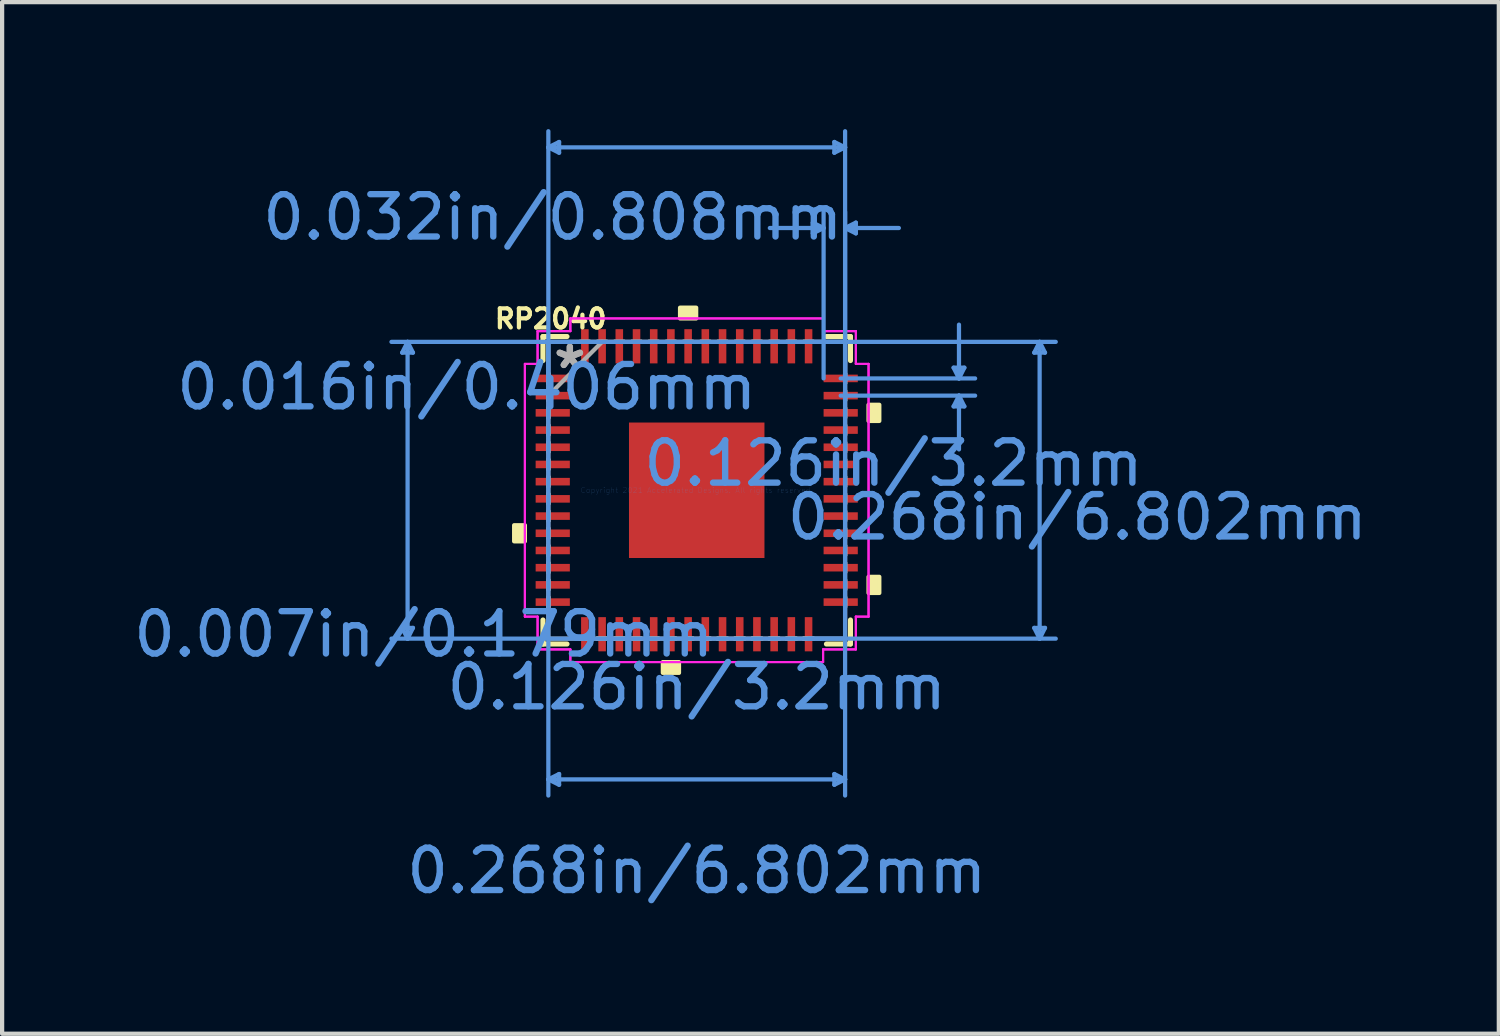
<source format=kicad_pcb>
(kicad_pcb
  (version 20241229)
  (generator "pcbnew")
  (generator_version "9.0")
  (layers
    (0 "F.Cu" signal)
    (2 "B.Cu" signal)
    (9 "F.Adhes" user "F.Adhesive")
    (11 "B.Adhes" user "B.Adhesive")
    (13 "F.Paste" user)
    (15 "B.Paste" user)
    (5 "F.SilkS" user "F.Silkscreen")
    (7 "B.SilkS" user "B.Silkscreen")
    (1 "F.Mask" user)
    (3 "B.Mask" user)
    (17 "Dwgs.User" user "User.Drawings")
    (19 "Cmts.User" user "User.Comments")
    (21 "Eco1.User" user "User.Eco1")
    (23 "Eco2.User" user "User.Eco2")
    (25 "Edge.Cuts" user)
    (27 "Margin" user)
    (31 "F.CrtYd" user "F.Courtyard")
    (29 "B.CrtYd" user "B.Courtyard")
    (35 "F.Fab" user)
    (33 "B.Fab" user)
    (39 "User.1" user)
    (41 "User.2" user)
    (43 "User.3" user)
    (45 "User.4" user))
  (footprint "RP2040"
    (layer "F.Cu")
    (at 13.408 8.531)
    (property "Reference" "RP2040" (at -3.45 -4.05 0) (layer "F.SilkS") (effects (font (size 0.45 0.45) (thickness 0.1))))
    (attr through_hole)
    (fp_line (start -3.632 -3.632) (end -3.632 -3.064) (stroke (width 0.12) (type solid)) (layer "F.SilkS"))
    (fp_line (start -3.632 3.064) (end -3.632 3.632) (stroke (width 0.12) (type solid)) (layer "F.SilkS"))
    (fp_line (start -3.632 3.632) (end -3.064 3.632) (stroke (width 0.12) (type solid)) (layer "F.SilkS"))
    (fp_line (start -3.064 -3.632) (end -3.632 -3.632) (stroke (width 0.12) (type solid)) (layer "F.SilkS"))
    (fp_line (start 3.064 3.632) (end 3.632 3.632) (stroke (width 0.12) (type solid)) (layer "F.SilkS"))
    (fp_line (start 3.632 -3.632) (end 3.064 -3.632) (stroke (width 0.12) (type solid)) (layer "F.SilkS"))
    (fp_line (start 3.632 -3.064) (end 3.632 -3.632) (stroke (width 0.12) (type solid)) (layer "F.SilkS"))
    (fp_line (start 3.632 3.632) (end 3.632 3.064) (stroke (width 0.12) (type solid)) (layer "F.SilkS"))
    (fp_poly (pts (xy -4.313 0.826) (xy -4.313 1.206) (xy -4.059 1.206) (xy -4.059 0.826)) (stroke (width 0.1) (type solid)) (fill yes) (layer "F.SilkS"))
    (fp_poly (pts (xy -0.8 4.059) (xy -0.8 4.313) (xy -0.419 4.313) (xy -0.419 4.059)) (stroke (width 0.1) (type solid)) (fill yes) (layer "F.SilkS"))
    (fp_poly (pts (xy -0.394 -4.059) (xy -0.394 -4.313) (xy -0.013 -4.313) (xy -0.013 -4.059)) (stroke (width 0.1) (type solid)) (fill yes) (layer "F.SilkS"))
    (fp_poly (pts (xy 4.313 -2.019) (xy 4.313 -1.638) (xy 4.059 -1.638) (xy 4.059 -2.019)) (stroke (width 0.1) (type solid)) (fill yes) (layer "F.SilkS"))
    (fp_poly (pts (xy 4.313 2.045) (xy 4.313 2.426) (xy 4.059 2.426) (xy 4.059 2.045)) (stroke (width 0.1) (type solid)) (fill yes) (layer "F.SilkS"))
    (fp_poly (pts (xy -1.5 -1.5) (xy -1.5 -0.1) (xy -0.1 -0.1) (xy -0.1 -1.5)) (stroke (width 0.1) (type solid)) (fill yes) (layer "F.Paste"))
    (fp_poly (pts (xy -1.5 0.1) (xy -1.5 1.5) (xy -0.1 1.5) (xy -0.1 0.1)) (stroke (width 0.1) (type solid)) (fill yes) (layer "F.Paste"))
    (fp_poly (pts (xy 0.1 -1.5) (xy 0.1 -0.1) (xy 1.5 -0.1) (xy 1.5 -1.5)) (stroke (width 0.1) (type solid)) (fill yes) (layer "F.Paste"))
    (fp_poly (pts (xy 0.1 0.1) (xy 0.1 1.5) (xy 1.5 1.5) (xy 1.5 0.1)) (stroke (width 0.1) (type solid)) (fill yes) (layer "F.Paste"))
    (fp_line (start -6.957 -3.251) (end -6.703 -3.251) (stroke (width 0.1) (type solid)) (layer "Cmts.User"))
    (fp_line (start -6.957 3.251) (end -6.703 3.251) (stroke (width 0.1) (type solid)) (layer "Cmts.User"))
    (fp_line (start -6.83 -3.505) (end -6.957 -3.251) (stroke (width 0.1) (type solid)) (layer "Cmts.User"))
    (fp_line (start -6.83 -3.505) (end -6.83 3.505) (stroke (width 0.1) (type solid)) (layer "Cmts.User"))
    (fp_line (start -6.83 -3.505) (end -6.703 -3.251) (stroke (width 0.1) (type solid)) (layer "Cmts.User"))
    (fp_line (start -6.83 3.505) (end -6.957 3.251) (stroke (width 0.1) (type solid)) (layer "Cmts.User"))
    (fp_line (start -6.83 3.505) (end -6.703 3.251) (stroke (width 0.1) (type solid)) (layer "Cmts.User"))
    (fp_line (start -3.505 -8.1) (end -3.251 -8.227) (stroke (width 0.1) (type solid)) (layer "Cmts.User"))
    (fp_line (start -3.505 -8.1) (end -3.251 -7.973) (stroke (width 0.1) (type solid)) (layer "Cmts.User"))
    (fp_line (start -3.505 -8.1) (end 3.505 -8.1) (stroke (width 0.1) (type solid)) (layer "Cmts.User"))
    (fp_line (start -3.505 -3.505) (end -3.505 7.211) (stroke (width 0.1) (type solid)) (layer "Cmts.User"))
    (fp_line (start -3.505 -2.642) (end -3.505 -8.481) (stroke (width 0.1) (type solid)) (layer "Cmts.User"))
    (fp_line (start -3.505 6.83) (end -3.251 6.703) (stroke (width 0.1) (type solid)) (layer "Cmts.User"))
    (fp_line (start -3.505 6.83) (end -3.251 6.957) (stroke (width 0.1) (type solid)) (layer "Cmts.User"))
    (fp_line (start -3.505 6.83) (end 3.505 6.83) (stroke (width 0.1) (type solid)) (layer "Cmts.User"))
    (fp_line (start -3.251 -8.227) (end -3.251 -7.973) (stroke (width 0.1) (type solid)) (layer "Cmts.User"))
    (fp_line (start -3.251 6.703) (end -3.251 6.957) (stroke (width 0.1) (type solid)) (layer "Cmts.User"))
    (fp_line (start 2.642 -3.505) (end 8.481 -3.505) (stroke (width 0.1) (type solid)) (layer "Cmts.User"))
    (fp_line (start 2.642 3.505) (end 8.481 3.505) (stroke (width 0.1) (type solid)) (layer "Cmts.User"))
    (fp_line (start 2.743 -6.322) (end 2.743 -6.068) (stroke (width 0.1) (type solid)) (layer "Cmts.User"))
    (fp_line (start 2.997 -6.195) (end 1.727 -6.195) (stroke (width 0.1) (type solid)) (layer "Cmts.User"))
    (fp_line (start 2.997 -6.195) (end 2.743 -6.322) (stroke (width 0.1) (type solid)) (layer "Cmts.User"))
    (fp_line (start 2.997 -6.195) (end 2.743 -6.068) (stroke (width 0.1) (type solid)) (layer "Cmts.User"))
    (fp_line (start 2.997 -2.642) (end 2.997 -6.576) (stroke (width 0.1) (type solid)) (layer "Cmts.User"))
    (fp_line (start 3.251 -8.227) (end 3.251 -7.973) (stroke (width 0.1) (type solid)) (layer "Cmts.User"))
    (fp_line (start 3.251 6.703) (end 3.251 6.957) (stroke (width 0.1) (type solid)) (layer "Cmts.User"))
    (fp_line (start 3.401 -2.642) (end 6.576 -2.642) (stroke (width 0.1) (type solid)) (layer "Cmts.User"))
    (fp_line (start 3.401 -2.235) (end 6.576 -2.235) (stroke (width 0.1) (type solid)) (layer "Cmts.User"))
    (fp_line (start 3.505 -8.1) (end 3.251 -8.227) (stroke (width 0.1) (type solid)) (layer "Cmts.User"))
    (fp_line (start 3.505 -8.1) (end 3.251 -7.973) (stroke (width 0.1) (type solid)) (layer "Cmts.User"))
    (fp_line (start 3.505 -6.195) (end 3.759 -6.322) (stroke (width 0.1) (type solid)) (layer "Cmts.User"))
    (fp_line (start 3.505 -6.195) (end 3.759 -6.068) (stroke (width 0.1) (type solid)) (layer "Cmts.User"))
    (fp_line (start 3.505 -6.195) (end 4.775 -6.195) (stroke (width 0.1) (type solid)) (layer "Cmts.User"))
    (fp_line (start 3.505 -3.505) (end -7.211 -3.505) (stroke (width 0.1) (type solid)) (layer "Cmts.User"))
    (fp_line (start 3.505 -3.505) (end 3.505 7.211) (stroke (width 0.1) (type solid)) (layer "Cmts.User"))
    (fp_line (start 3.505 -2.642) (end 3.505 -8.481) (stroke (width 0.1) (type solid)) (layer "Cmts.User"))
    (fp_line (start 3.505 -2.642) (end 3.505 -6.576) (stroke (width 0.1) (type solid)) (layer "Cmts.User"))
    (fp_line (start 3.505 3.505) (end -7.211 3.505) (stroke (width 0.1) (type solid)) (layer "Cmts.User"))
    (fp_line (start 3.505 6.83) (end 3.251 6.703) (stroke (width 0.1) (type solid)) (layer "Cmts.User"))
    (fp_line (start 3.505 6.83) (end 3.251 6.957) (stroke (width 0.1) (type solid)) (layer "Cmts.User"))
    (fp_line (start 3.759 -6.322) (end 3.759 -6.068) (stroke (width 0.1) (type solid)) (layer "Cmts.User"))
    (fp_line (start 6.068 -2.896) (end 6.322 -2.896) (stroke (width 0.1) (type solid)) (layer "Cmts.User"))
    (fp_line (start 6.068 -1.981) (end 6.322 -1.981) (stroke (width 0.1) (type solid)) (layer "Cmts.User"))
    (fp_line (start 6.195 -2.642) (end 6.068 -2.896) (stroke (width 0.1) (type solid)) (layer "Cmts.User"))
    (fp_line (start 6.195 -2.642) (end 6.195 -3.912) (stroke (width 0.1) (type solid)) (layer "Cmts.User"))
    (fp_line (start 6.195 -2.642) (end 6.322 -2.896) (stroke (width 0.1) (type solid)) (layer "Cmts.User"))
    (fp_line (start 6.195 -2.235) (end 6.068 -1.981) (stroke (width 0.1) (type solid)) (layer "Cmts.User"))
    (fp_line (start 6.195 -2.235) (end 6.195 -0.965) (stroke (width 0.1) (type solid)) (layer "Cmts.User"))
    (fp_line (start 6.195 -2.235) (end 6.322 -1.981) (stroke (width 0.1) (type solid)) (layer "Cmts.User"))
    (fp_line (start 7.973 -3.251) (end 8.227 -3.251) (stroke (width 0.1) (type solid)) (layer "Cmts.User"))
    (fp_line (start 7.973 3.251) (end 8.227 3.251) (stroke (width 0.1) (type solid)) (layer "Cmts.User"))
    (fp_line (start 8.1 -3.505) (end 7.973 -3.251) (stroke (width 0.1) (type solid)) (layer "Cmts.User"))
    (fp_line (start 8.1 -3.505) (end 8.1 3.505) (stroke (width 0.1) (type solid)) (layer "Cmts.User"))
    (fp_line (start 8.1 -3.505) (end 8.227 -3.251) (stroke (width 0.1) (type solid)) (layer "Cmts.User"))
    (fp_line (start 8.1 3.505) (end 7.973 3.251) (stroke (width 0.1) (type solid)) (layer "Cmts.User"))
    (fp_line (start 8.1 3.505) (end 8.227 3.251) (stroke (width 0.1) (type solid)) (layer "Cmts.User"))
    (fp_line (start -4.059 -2.985) (end -3.759 -2.985) (stroke (width 0.05) (type solid)) (layer "F.CrtYd"))
    (fp_line (start -4.059 -2.985) (end -3.759 -2.985) (stroke (width 0.05) (type solid)) (layer "F.CrtYd"))
    (fp_line (start -4.059 2.985) (end -4.059 -2.985) (stroke (width 0.05) (type solid)) (layer "F.CrtYd"))
    (fp_line (start -4.059 2.985) (end -4.059 -2.985) (stroke (width 0.05) (type solid)) (layer "F.CrtYd"))
    (fp_line (start -3.759 -3.759) (end -2.985 -3.759) (stroke (width 0.05) (type solid)) (layer "F.CrtYd"))
    (fp_line (start -3.759 -3.759) (end -2.985 -3.759) (stroke (width 0.05) (type solid)) (layer "F.CrtYd"))
    (fp_line (start -3.759 -2.985) (end -3.759 -3.759) (stroke (width 0.05) (type solid)) (layer "F.CrtYd"))
    (fp_line (start -3.759 -2.985) (end -3.759 -3.759) (stroke (width 0.05) (type solid)) (layer "F.CrtYd"))
    (fp_line (start -3.759 2.985) (end -4.059 2.985) (stroke (width 0.05) (type solid)) (layer "F.CrtYd"))
    (fp_line (start -3.759 2.985) (end -4.059 2.985) (stroke (width 0.05) (type solid)) (layer "F.CrtYd"))
    (fp_line (start -3.759 3.759) (end -3.759 2.985) (stroke (width 0.05) (type solid)) (layer "F.CrtYd"))
    (fp_line (start -3.759 3.759) (end -3.759 2.985) (stroke (width 0.05) (type solid)) (layer "F.CrtYd"))
    (fp_line (start -2.985 -4.059) (end 2.985 -4.059) (stroke (width 0.05) (type solid)) (layer "F.CrtYd"))
    (fp_line (start -2.985 -4.059) (end 2.985 -4.059) (stroke (width 0.05) (type solid)) (layer "F.CrtYd"))
    (fp_line (start -2.985 -3.759) (end -2.985 -4.059) (stroke (width 0.05) (type solid)) (layer "F.CrtYd"))
    (fp_line (start -2.985 -3.759) (end -2.985 -4.059) (stroke (width 0.05) (type solid)) (layer "F.CrtYd"))
    (fp_line (start -2.985 3.759) (end -3.759 3.759) (stroke (width 0.05) (type solid)) (layer "F.CrtYd"))
    (fp_line (start -2.985 3.759) (end -3.759 3.759) (stroke (width 0.05) (type solid)) (layer "F.CrtYd"))
    (fp_line (start -2.985 4.059) (end -2.985 3.759) (stroke (width 0.05) (type solid)) (layer "F.CrtYd"))
    (fp_line (start -2.985 4.059) (end -2.985 3.759) (stroke (width 0.05) (type solid)) (layer "F.CrtYd"))
    (fp_line (start 2.985 -4.059) (end 2.985 -3.759) (stroke (width 0.05) (type solid)) (layer "F.CrtYd"))
    (fp_line (start 2.985 -4.059) (end 2.985 -3.759) (stroke (width 0.05) (type solid)) (layer "F.CrtYd"))
    (fp_line (start 2.985 -3.759) (end 3.759 -3.759) (stroke (width 0.05) (type solid)) (layer "F.CrtYd"))
    (fp_line (start 2.985 -3.759) (end 3.759 -3.759) (stroke (width 0.05) (type solid)) (layer "F.CrtYd"))
    (fp_line (start 2.985 3.759) (end 2.985 4.059) (stroke (width 0.05) (type solid)) (layer "F.CrtYd"))
    (fp_line (start 2.985 3.759) (end 2.985 4.059) (stroke (width 0.05) (type solid)) (layer "F.CrtYd"))
    (fp_line (start 2.985 4.059) (end -2.985 4.059) (stroke (width 0.05) (type solid)) (layer "F.CrtYd"))
    (fp_line (start 2.985 4.059) (end -2.985 4.059) (stroke (width 0.05) (type solid)) (layer "F.CrtYd"))
    (fp_line (start 3.759 -3.759) (end 3.759 -2.985) (stroke (width 0.05) (type solid)) (layer "F.CrtYd"))
    (fp_line (start 3.759 -3.759) (end 3.759 -2.985) (stroke (width 0.05) (type solid)) (layer "F.CrtYd"))
    (fp_line (start 3.759 -2.985) (end 4.059 -2.985) (stroke (width 0.05) (type solid)) (layer "F.CrtYd"))
    (fp_line (start 3.759 -2.985) (end 4.059 -2.985) (stroke (width 0.05) (type solid)) (layer "F.CrtYd"))
    (fp_line (start 3.759 2.985) (end 3.759 3.759) (stroke (width 0.05) (type solid)) (layer "F.CrtYd"))
    (fp_line (start 3.759 2.985) (end 3.759 3.759) (stroke (width 0.05) (type solid)) (layer "F.CrtYd"))
    (fp_line (start 3.759 3.759) (end 2.985 3.759) (stroke (width 0.05) (type solid)) (layer "F.CrtYd"))
    (fp_line (start 3.759 3.759) (end 2.985 3.759) (stroke (width 0.05) (type solid)) (layer "F.CrtYd"))
    (fp_line (start 4.059 -2.985) (end 4.059 2.985) (stroke (width 0.05) (type solid)) (layer "F.CrtYd"))
    (fp_line (start 4.059 -2.985) (end 4.059 2.985) (stroke (width 0.05) (type solid)) (layer "F.CrtYd"))
    (fp_line (start 4.059 2.985) (end 3.759 2.985) (stroke (width 0.05) (type solid)) (layer "F.CrtYd"))
    (fp_line (start 4.059 2.985) (end 3.759 2.985) (stroke (width 0.05) (type solid)) (layer "F.CrtYd"))
    (fp_line (start -3.505 -3.505) (end -3.505 -3.505) (stroke (width 0.1) (type solid)) (layer "F.Fab"))
    (fp_line (start -3.505 -3.505) (end -3.505 3.505) (stroke (width 0.1) (type solid)) (layer "F.Fab"))
    (fp_line (start -3.505 -2.756) (end -3.505 -2.756) (stroke (width 0.1) (type solid)) (layer "F.Fab"))
    (fp_line (start -3.505 -2.756) (end -3.505 -2.527) (stroke (width 0.1) (type solid)) (layer "F.Fab"))
    (fp_line (start -3.505 -2.527) (end -3.505 -2.756) (stroke (width 0.1) (type solid)) (layer "F.Fab"))
    (fp_line (start -3.505 -2.527) (end -3.505 -2.527) (stroke (width 0.1) (type solid)) (layer "F.Fab"))
    (fp_line (start -3.505 -2.349) (end -3.505 -2.349) (stroke (width 0.1) (type solid)) (layer "F.Fab"))
    (fp_line (start -3.505 -2.349) (end -3.505 -2.121) (stroke (width 0.1) (type solid)) (layer "F.Fab"))
    (fp_line (start -3.505 -2.235) (end -2.235 -3.505) (stroke (width 0.1) (type solid)) (layer "F.Fab"))
    (fp_line (start -3.505 -2.121) (end -3.505 -2.349) (stroke (width 0.1) (type solid)) (layer "F.Fab"))
    (fp_line (start -3.505 -2.121) (end -3.505 -2.121) (stroke (width 0.1) (type solid)) (layer "F.Fab"))
    (fp_line (start -3.505 -1.943) (end -3.505 -1.943) (stroke (width 0.1) (type solid)) (layer "F.Fab"))
    (fp_line (start -3.505 -1.943) (end -3.505 -1.714) (stroke (width 0.1) (type solid)) (layer "F.Fab"))
    (fp_line (start -3.505 -1.714) (end -3.505 -1.943) (stroke (width 0.1) (type solid)) (layer "F.Fab"))
    (fp_line (start -3.505 -1.714) (end -3.505 -1.714) (stroke (width 0.1) (type solid)) (layer "F.Fab"))
    (fp_line (start -3.505 -1.537) (end -3.505 -1.537) (stroke (width 0.1) (type solid)) (layer "F.Fab"))
    (fp_line (start -3.505 -1.537) (end -3.505 -1.308) (stroke (width 0.1) (type solid)) (layer "F.Fab"))
    (fp_line (start -3.505 -1.308) (end -3.505 -1.537) (stroke (width 0.1) (type solid)) (layer "F.Fab"))
    (fp_line (start -3.505 -1.308) (end -3.505 -1.308) (stroke (width 0.1) (type solid)) (layer "F.Fab"))
    (fp_line (start -3.505 -1.13) (end -3.505 -1.13) (stroke (width 0.1) (type solid)) (layer "F.Fab"))
    (fp_line (start -3.505 -1.13) (end -3.505 -0.902) (stroke (width 0.1) (type solid)) (layer "F.Fab"))
    (fp_line (start -3.505 -0.902) (end -3.505 -1.13) (stroke (width 0.1) (type solid)) (layer "F.Fab"))
    (fp_line (start -3.505 -0.902) (end -3.505 -0.902) (stroke (width 0.1) (type solid)) (layer "F.Fab"))
    (fp_line (start -3.505 -0.724) (end -3.505 -0.724) (stroke (width 0.1) (type solid)) (layer "F.Fab"))
    (fp_line (start -3.505 -0.724) (end -3.505 -0.495) (stroke (width 0.1) (type solid)) (layer "F.Fab"))
    (fp_line (start -3.505 -0.495) (end -3.505 -0.724) (stroke (width 0.1) (type solid)) (layer "F.Fab"))
    (fp_line (start -3.505 -0.495) (end -3.505 -0.495) (stroke (width 0.1) (type solid)) (layer "F.Fab"))
    (fp_line (start -3.505 -0.318) (end -3.505 -0.318) (stroke (width 0.1) (type solid)) (layer "F.Fab"))
    (fp_line (start -3.505 -0.318) (end -3.505 -0.089) (stroke (width 0.1) (type solid)) (layer "F.Fab"))
    (fp_line (start -3.505 -0.089) (end -3.505 -0.318) (stroke (width 0.1) (type solid)) (layer "F.Fab"))
    (fp_line (start -3.505 -0.089) (end -3.505 -0.089) (stroke (width 0.1) (type solid)) (layer "F.Fab"))
    (fp_line (start -3.505 0.089) (end -3.505 0.089) (stroke (width 0.1) (type solid)) (layer "F.Fab"))
    (fp_line (start -3.505 0.089) (end -3.505 0.318) (stroke (width 0.1) (type solid)) (layer "F.Fab"))
    (fp_line (start -3.505 0.318) (end -3.505 0.089) (stroke (width 0.1) (type solid)) (layer "F.Fab"))
    (fp_line (start -3.505 0.318) (end -3.505 0.318) (stroke (width 0.1) (type solid)) (layer "F.Fab"))
    (fp_line (start -3.505 0.495) (end -3.505 0.495) (stroke (width 0.1) (type solid)) (layer "F.Fab"))
    (fp_line (start -3.505 0.495) (end -3.505 0.724) (stroke (width 0.1) (type solid)) (layer "F.Fab"))
    (fp_line (start -3.505 0.724) (end -3.505 0.495) (stroke (width 0.1) (type solid)) (layer "F.Fab"))
    (fp_line (start -3.505 0.724) (end -3.505 0.724) (stroke (width 0.1) (type solid)) (layer "F.Fab"))
    (fp_line (start -3.505 0.902) (end -3.505 0.902) (stroke (width 0.1) (type solid)) (layer "F.Fab"))
    (fp_line (start -3.505 0.902) (end -3.505 1.13) (stroke (width 0.1) (type solid)) (layer "F.Fab"))
    (fp_line (start -3.505 1.13) (end -3.505 0.902) (stroke (width 0.1) (type solid)) (layer "F.Fab"))
    (fp_line (start -3.505 1.13) (end -3.505 1.13) (stroke (width 0.1) (type solid)) (layer "F.Fab"))
    (fp_line (start -3.505 1.308) (end -3.505 1.308) (stroke (width 0.1) (type solid)) (layer "F.Fab"))
    (fp_line (start -3.505 1.308) (end -3.505 1.537) (stroke (width 0.1) (type solid)) (layer "F.Fab"))
    (fp_line (start -3.505 1.537) (end -3.505 1.308) (stroke (width 0.1) (type solid)) (layer "F.Fab"))
    (fp_line (start -3.505 1.537) (end -3.505 1.537) (stroke (width 0.1) (type solid)) (layer "F.Fab"))
    (fp_line (start -3.505 1.714) (end -3.505 1.714) (stroke (width 0.1) (type solid)) (layer "F.Fab"))
    (fp_line (start -3.505 1.714) (end -3.505 1.943) (stroke (width 0.1) (type solid)) (layer "F.Fab"))
    (fp_line (start -3.505 1.943) (end -3.505 1.714) (stroke (width 0.1) (type solid)) (layer "F.Fab"))
    (fp_line (start -3.505 1.943) (end -3.505 1.943) (stroke (width 0.1) (type solid)) (layer "F.Fab"))
    (fp_line (start -3.505 2.121) (end -3.505 2.121) (stroke (width 0.1) (type solid)) (layer "F.Fab"))
    (fp_line (start -3.505 2.121) (end -3.505 2.349) (stroke (width 0.1) (type solid)) (layer "F.Fab"))
    (fp_line (start -3.505 2.349) (end -3.505 2.121) (stroke (width 0.1) (type solid)) (layer "F.Fab"))
    (fp_line (start -3.505 2.349) (end -3.505 2.349) (stroke (width 0.1) (type solid)) (layer "F.Fab"))
    (fp_line (start -3.505 2.527) (end -3.505 2.527) (stroke (width 0.1) (type solid)) (layer "F.Fab"))
    (fp_line (start -3.505 2.527) (end -3.505 2.756) (stroke (width 0.1) (type solid)) (layer "F.Fab"))
    (fp_line (start -3.505 2.756) (end -3.505 2.527) (stroke (width 0.1) (type solid)) (layer "F.Fab"))
    (fp_line (start -3.505 2.756) (end -3.505 2.756) (stroke (width 0.1) (type solid)) (layer "F.Fab"))
    (fp_line (start -3.505 3.505) (end -3.505 3.505) (stroke (width 0.1) (type solid)) (layer "F.Fab"))
    (fp_line (start -3.505 3.505) (end 3.505 3.505) (stroke (width 0.1) (type solid)) (layer "F.Fab"))
    (fp_line (start -2.756 -3.505) (end -2.756 -3.505) (stroke (width 0.1) (type solid)) (layer "F.Fab"))
    (fp_line (start -2.756 -3.505) (end -2.527 -3.505) (stroke (width 0.1) (type solid)) (layer "F.Fab"))
    (fp_line (start -2.756 3.505) (end -2.756 3.505) (stroke (width 0.1) (type solid)) (layer "F.Fab"))
    (fp_line (start -2.756 3.505) (end -2.527 3.505) (stroke (width 0.1) (type solid)) (layer "F.Fab"))
    (fp_line (start -2.527 -3.505) (end -2.756 -3.505) (stroke (width 0.1) (type solid)) (layer "F.Fab"))
    (fp_line (start -2.527 -3.505) (end -2.527 -3.505) (stroke (width 0.1) (type solid)) (layer "F.Fab"))
    (fp_line (start -2.527 3.505) (end -2.756 3.505) (stroke (width 0.1) (type solid)) (layer "F.Fab"))
    (fp_line (start -2.527 3.505) (end -2.527 3.505) (stroke (width 0.1) (type solid)) (layer "F.Fab"))
    (fp_line (start -2.349 -3.505) (end -2.349 -3.505) (stroke (width 0.1) (type solid)) (layer "F.Fab"))
    (fp_line (start -2.349 -3.505) (end -2.121 -3.505) (stroke (width 0.1) (type solid)) (layer "F.Fab"))
    (fp_line (start -2.349 3.505) (end -2.349 3.505) (stroke (width 0.1) (type solid)) (layer "F.Fab"))
    (fp_line (start -2.349 3.505) (end -2.121 3.505) (stroke (width 0.1) (type solid)) (layer "F.Fab"))
    (fp_line (start -2.121 -3.505) (end -2.349 -3.505) (stroke (width 0.1) (type solid)) (layer "F.Fab"))
    (fp_line (start -2.121 -3.505) (end -2.121 -3.505) (stroke (width 0.1) (type solid)) (layer "F.Fab"))
    (fp_line (start -2.121 3.505) (end -2.349 3.505) (stroke (width 0.1) (type solid)) (layer "F.Fab"))
    (fp_line (start -2.121 3.505) (end -2.121 3.505) (stroke (width 0.1) (type solid)) (layer "F.Fab"))
    (fp_line (start -1.943 -3.505) (end -1.943 -3.505) (stroke (width 0.1) (type solid)) (layer "F.Fab"))
    (fp_line (start -1.943 -3.505) (end -1.714 -3.505) (stroke (width 0.1) (type solid)) (layer "F.Fab"))
    (fp_line (start -1.943 3.505) (end -1.943 3.505) (stroke (width 0.1) (type solid)) (layer "F.Fab"))
    (fp_line (start -1.943 3.505) (end -1.714 3.505) (stroke (width 0.1) (type solid)) (layer "F.Fab"))
    (fp_line (start -1.714 -3.505) (end -1.943 -3.505) (stroke (width 0.1) (type solid)) (layer "F.Fab"))
    (fp_line (start -1.714 -3.505) (end -1.714 -3.505) (stroke (width 0.1) (type solid)) (layer "F.Fab"))
    (fp_line (start -1.714 3.505) (end -1.943 3.505) (stroke (width 0.1) (type solid)) (layer "F.Fab"))
    (fp_line (start -1.714 3.505) (end -1.714 3.505) (stroke (width 0.1) (type solid)) (layer "F.Fab"))
    (fp_line (start -1.537 -3.505) (end -1.537 -3.505) (stroke (width 0.1) (type solid)) (layer "F.Fab"))
    (fp_line (start -1.537 -3.505) (end -1.308 -3.505) (stroke (width 0.1) (type solid)) (layer "F.Fab"))
    (fp_line (start -1.537 3.505) (end -1.537 3.505) (stroke (width 0.1) (type solid)) (layer "F.Fab"))
    (fp_line (start -1.537 3.505) (end -1.308 3.505) (stroke (width 0.1) (type solid)) (layer "F.Fab"))
    (fp_line (start -1.308 -3.505) (end -1.537 -3.505) (stroke (width 0.1) (type solid)) (layer "F.Fab"))
    (fp_line (start -1.308 -3.505) (end -1.308 -3.505) (stroke (width 0.1) (type solid)) (layer "F.Fab"))
    (fp_line (start -1.308 3.505) (end -1.537 3.505) (stroke (width 0.1) (type solid)) (layer "F.Fab"))
    (fp_line (start -1.308 3.505) (end -1.308 3.505) (stroke (width 0.1) (type solid)) (layer "F.Fab"))
    (fp_line (start -1.13 -3.505) (end -1.13 -3.505) (stroke (width 0.1) (type solid)) (layer "F.Fab"))
    (fp_line (start -1.13 -3.505) (end -0.902 -3.505) (stroke (width 0.1) (type solid)) (layer "F.Fab"))
    (fp_line (start -1.13 3.505) (end -1.13 3.505) (stroke (width 0.1) (type solid)) (layer "F.Fab"))
    (fp_line (start -1.13 3.505) (end -0.902 3.505) (stroke (width 0.1) (type solid)) (layer "F.Fab"))
    (fp_line (start -0.902 -3.505) (end -1.13 -3.505) (stroke (width 0.1) (type solid)) (layer "F.Fab"))
    (fp_line (start -0.902 -3.505) (end -0.902 -3.505) (stroke (width 0.1) (type solid)) (layer "F.Fab"))
    (fp_line (start -0.902 3.505) (end -1.13 3.505) (stroke (width 0.1) (type solid)) (layer "F.Fab"))
    (fp_line (start -0.902 3.505) (end -0.902 3.505) (stroke (width 0.1) (type solid)) (layer "F.Fab"))
    (fp_line (start -0.724 -3.505) (end -0.724 -3.505) (stroke (width 0.1) (type solid)) (layer "F.Fab"))
    (fp_line (start -0.724 -3.505) (end -0.495 -3.505) (stroke (width 0.1) (type solid)) (layer "F.Fab"))
    (fp_line (start -0.724 3.505) (end -0.724 3.505) (stroke (width 0.1) (type solid)) (layer "F.Fab"))
    (fp_line (start -0.724 3.505) (end -0.495 3.505) (stroke (width 0.1) (type solid)) (layer "F.Fab"))
    (fp_line (start -0.495 -3.505) (end -0.724 -3.505) (stroke (width 0.1) (type solid)) (layer "F.Fab"))
    (fp_line (start -0.495 -3.505) (end -0.495 -3.505) (stroke (width 0.1) (type solid)) (layer "F.Fab"))
    (fp_line (start -0.495 3.505) (end -0.724 3.505) (stroke (width 0.1) (type solid)) (layer "F.Fab"))
    (fp_line (start -0.495 3.505) (end -0.495 3.505) (stroke (width 0.1) (type solid)) (layer "F.Fab"))
    (fp_line (start -0.318 -3.505) (end -0.318 -3.505) (stroke (width 0.1) (type solid)) (layer "F.Fab"))
    (fp_line (start -0.318 -3.505) (end -0.089 -3.505) (stroke (width 0.1) (type solid)) (layer "F.Fab"))
    (fp_line (start -0.318 3.505) (end -0.318 3.505) (stroke (width 0.1) (type solid)) (layer "F.Fab"))
    (fp_line (start -0.318 3.505) (end -0.089 3.505) (stroke (width 0.1) (type solid)) (layer "F.Fab"))
    (fp_line (start -0.089 -3.505) (end -0.318 -3.505) (stroke (width 0.1) (type solid)) (layer "F.Fab"))
    (fp_line (start -0.089 -3.505) (end -0.089 -3.505) (stroke (width 0.1) (type solid)) (layer "F.Fab"))
    (fp_line (start -0.089 3.505) (end -0.318 3.505) (stroke (width 0.1) (type solid)) (layer "F.Fab"))
    (fp_line (start -0.089 3.505) (end -0.089 3.505) (stroke (width 0.1) (type solid)) (layer "F.Fab"))
    (fp_line (start 0.089 -3.505) (end 0.089 -3.505) (stroke (width 0.1) (type solid)) (layer "F.Fab"))
    (fp_line (start 0.089 -3.505) (end 0.318 -3.505) (stroke (width 0.1) (type solid)) (layer "F.Fab"))
    (fp_line (start 0.089 3.505) (end 0.089 3.505) (stroke (width 0.1) (type solid)) (layer "F.Fab"))
    (fp_line (start 0.089 3.505) (end 0.318 3.505) (stroke (width 0.1) (type solid)) (layer "F.Fab"))
    (fp_line (start 0.318 -3.505) (end 0.089 -3.505) (stroke (width 0.1) (type solid)) (layer "F.Fab"))
    (fp_line (start 0.318 -3.505) (end 0.318 -3.505) (stroke (width 0.1) (type solid)) (layer "F.Fab"))
    (fp_line (start 0.318 3.505) (end 0.089 3.505) (stroke (width 0.1) (type solid)) (layer "F.Fab"))
    (fp_line (start 0.318 3.505) (end 0.318 3.505) (stroke (width 0.1) (type solid)) (layer "F.Fab"))
    (fp_line (start 0.495 -3.505) (end 0.495 -3.505) (stroke (width 0.1) (type solid)) (layer "F.Fab"))
    (fp_line (start 0.495 -3.505) (end 0.724 -3.505) (stroke (width 0.1) (type solid)) (layer "F.Fab"))
    (fp_line (start 0.495 3.505) (end 0.495 3.505) (stroke (width 0.1) (type solid)) (layer "F.Fab"))
    (fp_line (start 0.495 3.505) (end 0.724 3.505) (stroke (width 0.1) (type solid)) (layer "F.Fab"))
    (fp_line (start 0.724 -3.505) (end 0.495 -3.505) (stroke (width 0.1) (type solid)) (layer "F.Fab"))
    (fp_line (start 0.724 -3.505) (end 0.724 -3.505) (stroke (width 0.1) (type solid)) (layer "F.Fab"))
    (fp_line (start 0.724 3.505) (end 0.495 3.505) (stroke (width 0.1) (type solid)) (layer "F.Fab"))
    (fp_line (start 0.724 3.505) (end 0.724 3.505) (stroke (width 0.1) (type solid)) (layer "F.Fab"))
    (fp_line (start 0.902 -3.505) (end 0.902 -3.505) (stroke (width 0.1) (type solid)) (layer "F.Fab"))
    (fp_line (start 0.902 -3.505) (end 1.13 -3.505) (stroke (width 0.1) (type solid)) (layer "F.Fab"))
    (fp_line (start 0.902 3.505) (end 0.902 3.505) (stroke (width 0.1) (type solid)) (layer "F.Fab"))
    (fp_line (start 0.902 3.505) (end 1.13 3.505) (stroke (width 0.1) (type solid)) (layer "F.Fab"))
    (fp_line (start 1.13 -3.505) (end 0.902 -3.505) (stroke (width 0.1) (type solid)) (layer "F.Fab"))
    (fp_line (start 1.13 -3.505) (end 1.13 -3.505) (stroke (width 0.1) (type solid)) (layer "F.Fab"))
    (fp_line (start 1.13 3.505) (end 0.902 3.505) (stroke (width 0.1) (type solid)) (layer "F.Fab"))
    (fp_line (start 1.13 3.505) (end 1.13 3.505) (stroke (width 0.1) (type solid)) (layer "F.Fab"))
    (fp_line (start 1.308 -3.505) (end 1.308 -3.505) (stroke (width 0.1) (type solid)) (layer "F.Fab"))
    (fp_line (start 1.308 -3.505) (end 1.537 -3.505) (stroke (width 0.1) (type solid)) (layer "F.Fab"))
    (fp_line (start 1.308 3.505) (end 1.308 3.505) (stroke (width 0.1) (type solid)) (layer "F.Fab"))
    (fp_line (start 1.308 3.505) (end 1.537 3.505) (stroke (width 0.1) (type solid)) (layer "F.Fab"))
    (fp_line (start 1.537 -3.505) (end 1.308 -3.505) (stroke (width 0.1) (type solid)) (layer "F.Fab"))
    (fp_line (start 1.537 -3.505) (end 1.537 -3.505) (stroke (width 0.1) (type solid)) (layer "F.Fab"))
    (fp_line (start 1.537 3.505) (end 1.308 3.505) (stroke (width 0.1) (type solid)) (layer "F.Fab"))
    (fp_line (start 1.537 3.505) (end 1.537 3.505) (stroke (width 0.1) (type solid)) (layer "F.Fab"))
    (fp_line (start 1.714 -3.505) (end 1.714 -3.505) (stroke (width 0.1) (type solid)) (layer "F.Fab"))
    (fp_line (start 1.714 -3.505) (end 1.943 -3.505) (stroke (width 0.1) (type solid)) (layer "F.Fab"))
    (fp_line (start 1.714 3.505) (end 1.714 3.505) (stroke (width 0.1) (type solid)) (layer "F.Fab"))
    (fp_line (start 1.714 3.505) (end 1.943 3.505) (stroke (width 0.1) (type solid)) (layer "F.Fab"))
    (fp_line (start 1.943 -3.505) (end 1.714 -3.505) (stroke (width 0.1) (type solid)) (layer "F.Fab"))
    (fp_line (start 1.943 -3.505) (end 1.943 -3.505) (stroke (width 0.1) (type solid)) (layer "F.Fab"))
    (fp_line (start 1.943 3.505) (end 1.714 3.505) (stroke (width 0.1) (type solid)) (layer "F.Fab"))
    (fp_line (start 1.943 3.505) (end 1.943 3.505) (stroke (width 0.1) (type solid)) (layer "F.Fab"))
    (fp_line (start 2.121 -3.505) (end 2.121 -3.505) (stroke (width 0.1) (type solid)) (layer "F.Fab"))
    (fp_line (start 2.121 -3.505) (end 2.349 -3.505) (stroke (width 0.1) (type solid)) (layer "F.Fab"))
    (fp_line (start 2.121 3.505) (end 2.121 3.505) (stroke (width 0.1) (type solid)) (layer "F.Fab"))
    (fp_line (start 2.121 3.505) (end 2.349 3.505) (stroke (width 0.1) (type solid)) (layer "F.Fab"))
    (fp_line (start 2.349 -3.505) (end 2.121 -3.505) (stroke (width 0.1) (type solid)) (layer "F.Fab"))
    (fp_line (start 2.349 -3.505) (end 2.349 -3.505) (stroke (width 0.1) (type solid)) (layer "F.Fab"))
    (fp_line (start 2.349 3.505) (end 2.121 3.505) (stroke (width 0.1) (type solid)) (layer "F.Fab"))
    (fp_line (start 2.349 3.505) (end 2.349 3.505) (stroke (width 0.1) (type solid)) (layer "F.Fab"))
    (fp_line (start 2.527 -3.505) (end 2.527 -3.505) (stroke (width 0.1) (type solid)) (layer "F.Fab"))
    (fp_line (start 2.527 -3.505) (end 2.756 -3.505) (stroke (width 0.1) (type solid)) (layer "F.Fab"))
    (fp_line (start 2.527 3.505) (end 2.527 3.505) (stroke (width 0.1) (type solid)) (layer "F.Fab"))
    (fp_line (start 2.527 3.505) (end 2.756 3.505) (stroke (width 0.1) (type solid)) (layer "F.Fab"))
    (fp_line (start 2.756 -3.505) (end 2.527 -3.505) (stroke (width 0.1) (type solid)) (layer "F.Fab"))
    (fp_line (start 2.756 -3.505) (end 2.756 -3.505) (stroke (width 0.1) (type solid)) (layer "F.Fab"))
    (fp_line (start 2.756 3.505) (end 2.527 3.505) (stroke (width 0.1) (type solid)) (layer "F.Fab"))
    (fp_line (start 2.756 3.505) (end 2.756 3.505) (stroke (width 0.1) (type solid)) (layer "F.Fab"))
    (fp_line (start 3.505 -3.505) (end -3.505 -3.505) (stroke (width 0.1) (type solid)) (layer "F.Fab"))
    (fp_line (start 3.505 -3.505) (end 3.505 -3.505) (stroke (width 0.1) (type solid)) (layer "F.Fab"))
    (fp_line (start 3.505 -2.756) (end 3.505 -2.756) (stroke (width 0.1) (type solid)) (layer "F.Fab"))
    (fp_line (start 3.505 -2.756) (end 3.505 -2.527) (stroke (width 0.1) (type solid)) (layer "F.Fab"))
    (fp_line (start 3.505 -2.527) (end 3.505 -2.756) (stroke (width 0.1) (type solid)) (layer "F.Fab"))
    (fp_line (start 3.505 -2.527) (end 3.505 -2.527) (stroke (width 0.1) (type solid)) (layer "F.Fab"))
    (fp_line (start 3.505 -2.349) (end 3.505 -2.349) (stroke (width 0.1) (type solid)) (layer "F.Fab"))
    (fp_line (start 3.505 -2.349) (end 3.505 -2.121) (stroke (width 0.1) (type solid)) (layer "F.Fab"))
    (fp_line (start 3.505 -2.121) (end 3.505 -2.349) (stroke (width 0.1) (type solid)) (layer "F.Fab"))
    (fp_line (start 3.505 -2.121) (end 3.505 -2.121) (stroke (width 0.1) (type solid)) (layer "F.Fab"))
    (fp_line (start 3.505 -1.943) (end 3.505 -1.943) (stroke (width 0.1) (type solid)) (layer "F.Fab"))
    (fp_line (start 3.505 -1.943) (end 3.505 -1.714) (stroke (width 0.1) (type solid)) (layer "F.Fab"))
    (fp_line (start 3.505 -1.714) (end 3.505 -1.943) (stroke (width 0.1) (type solid)) (layer "F.Fab"))
    (fp_line (start 3.505 -1.714) (end 3.505 -1.714) (stroke (width 0.1) (type solid)) (layer "F.Fab"))
    (fp_line (start 3.505 -1.537) (end 3.505 -1.537) (stroke (width 0.1) (type solid)) (layer "F.Fab"))
    (fp_line (start 3.505 -1.537) (end 3.505 -1.308) (stroke (width 0.1) (type solid)) (layer "F.Fab"))
    (fp_line (start 3.505 -1.308) (end 3.505 -1.537) (stroke (width 0.1) (type solid)) (layer "F.Fab"))
    (fp_line (start 3.505 -1.308) (end 3.505 -1.308) (stroke (width 0.1) (type solid)) (layer "F.Fab"))
    (fp_line (start 3.505 -1.13) (end 3.505 -1.13) (stroke (width 0.1) (type solid)) (layer "F.Fab"))
    (fp_line (start 3.505 -1.13) (end 3.505 -0.902) (stroke (width 0.1) (type solid)) (layer "F.Fab"))
    (fp_line (start 3.505 -0.902) (end 3.505 -1.13) (stroke (width 0.1) (type solid)) (layer "F.Fab"))
    (fp_line (start 3.505 -0.902) (end 3.505 -0.902) (stroke (width 0.1) (type solid)) (layer "F.Fab"))
    (fp_line (start 3.505 -0.724) (end 3.505 -0.724) (stroke (width 0.1) (type solid)) (layer "F.Fab"))
    (fp_line (start 3.505 -0.724) (end 3.505 -0.495) (stroke (width 0.1) (type solid)) (layer "F.Fab"))
    (fp_line (start 3.505 -0.495) (end 3.505 -0.724) (stroke (width 0.1) (type solid)) (layer "F.Fab"))
    (fp_line (start 3.505 -0.495) (end 3.505 -0.495) (stroke (width 0.1) (type solid)) (layer "F.Fab"))
    (fp_line (start 3.505 -0.318) (end 3.505 -0.318) (stroke (width 0.1) (type solid)) (layer "F.Fab"))
    (fp_line (start 3.505 -0.318) (end 3.505 -0.089) (stroke (width 0.1) (type solid)) (layer "F.Fab"))
    (fp_line (start 3.505 -0.089) (end 3.505 -0.318) (stroke (width 0.1) (type solid)) (layer "F.Fab"))
    (fp_line (start 3.505 -0.089) (end 3.505 -0.089) (stroke (width 0.1) (type solid)) (layer "F.Fab"))
    (fp_line (start 3.505 0.089) (end 3.505 0.089) (stroke (width 0.1) (type solid)) (layer "F.Fab"))
    (fp_line (start 3.505 0.089) (end 3.505 0.318) (stroke (width 0.1) (type solid)) (layer "F.Fab"))
    (fp_line (start 3.505 0.318) (end 3.505 0.089) (stroke (width 0.1) (type solid)) (layer "F.Fab"))
    (fp_line (start 3.505 0.318) (end 3.505 0.318) (stroke (width 0.1) (type solid)) (layer "F.Fab"))
    (fp_line (start 3.505 0.495) (end 3.505 0.495) (stroke (width 0.1) (type solid)) (layer "F.Fab"))
    (fp_line (start 3.505 0.495) (end 3.505 0.724) (stroke (width 0.1) (type solid)) (layer "F.Fab"))
    (fp_line (start 3.505 0.724) (end 3.505 0.495) (stroke (width 0.1) (type solid)) (layer "F.Fab"))
    (fp_line (start 3.505 0.724) (end 3.505 0.724) (stroke (width 0.1) (type solid)) (layer "F.Fab"))
    (fp_line (start 3.505 0.902) (end 3.505 0.902) (stroke (width 0.1) (type solid)) (layer "F.Fab"))
    (fp_line (start 3.505 0.902) (end 3.505 1.13) (stroke (width 0.1) (type solid)) (layer "F.Fab"))
    (fp_line (start 3.505 1.13) (end 3.505 0.902) (stroke (width 0.1) (type solid)) (layer "F.Fab"))
    (fp_line (start 3.505 1.13) (end 3.505 1.13) (stroke (width 0.1) (type solid)) (layer "F.Fab"))
    (fp_line (start 3.505 1.308) (end 3.505 1.308) (stroke (width 0.1) (type solid)) (layer "F.Fab"))
    (fp_line (start 3.505 1.308) (end 3.505 1.537) (stroke (width 0.1) (type solid)) (layer "F.Fab"))
    (fp_line (start 3.505 1.537) (end 3.505 1.308) (stroke (width 0.1) (type solid)) (layer "F.Fab"))
    (fp_line (start 3.505 1.537) (end 3.505 1.537) (stroke (width 0.1) (type solid)) (layer "F.Fab"))
    (fp_line (start 3.505 1.714) (end 3.505 1.714) (stroke (width 0.1) (type solid)) (layer "F.Fab"))
    (fp_line (start 3.505 1.714) (end 3.505 1.943) (stroke (width 0.1) (type solid)) (layer "F.Fab"))
    (fp_line (start 3.505 1.943) (end 3.505 1.714) (stroke (width 0.1) (type solid)) (layer "F.Fab"))
    (fp_line (start 3.505 1.943) (end 3.505 1.943) (stroke (width 0.1) (type solid)) (layer "F.Fab"))
    (fp_line (start 3.505 2.121) (end 3.505 2.121) (stroke (width 0.1) (type solid)) (layer "F.Fab"))
    (fp_line (start 3.505 2.121) (end 3.505 2.349) (stroke (width 0.1) (type solid)) (layer "F.Fab"))
    (fp_line (start 3.505 2.349) (end 3.505 2.121) (stroke (width 0.1) (type solid)) (layer "F.Fab"))
    (fp_line (start 3.505 2.349) (end 3.505 2.349) (stroke (width 0.1) (type solid)) (layer "F.Fab"))
    (fp_line (start 3.505 2.527) (end 3.505 2.527) (stroke (width 0.1) (type solid)) (layer "F.Fab"))
    (fp_line (start 3.505 2.527) (end 3.505 2.756) (stroke (width 0.1) (type solid)) (layer "F.Fab"))
    (fp_line (start 3.505 2.756) (end 3.505 2.527) (stroke (width 0.1) (type solid)) (layer "F.Fab"))
    (fp_line (start 3.505 2.756) (end 3.505 2.756) (stroke (width 0.1) (type solid)) (layer "F.Fab"))
    (fp_line (start 3.505 3.505) (end 3.505 -3.505) (stroke (width 0.1) (type solid)) (layer "F.Fab"))
    (fp_line (start 3.505 3.505) (end 3.505 3.505) (stroke (width 0.1) (type solid)) (layer "F.Fab"))
    (fp_text user "0.016in/0.406mm" (at -5.433 -2.438 0) (layer "Cmts.User") (effects (font (size 1 1) (thickness 0.15))))
    (fp_text user "Copyright 2021 Accelerated Designs. All rights reserved." (at 0 0 0) (layer "Cmts.User") (effects (font (size 0.127 0.127) (thickness 0.002))))
    (fp_text user "0.268in/6.802mm" (at 8.989 0.635 0) (layer "Cmts.User") (effects (font (size 1 1) (thickness 0.15))))
    (fp_text user "0.032in/0.808mm" (at -3.401 -6.449 0) (layer "Cmts.User") (effects (font (size 1 1) (thickness 0.15))))
    (fp_text user "0.126in/3.2mm" (at 4.648 -0.635 0) (layer "Cmts.User") (effects (font (size 1 1) (thickness 0.15))))
    (fp_text user "0.268in/6.802mm" (at 0 8.989 0) (layer "Cmts.User") (effects (font (size 1 1) (thickness 0.15))))
    (fp_text user "0.126in/3.2mm" (at 0 4.648 0) (layer "Cmts.User") (effects (font (size 1 1) (thickness 0.15))))
    (fp_text user "0.007in/0.179mm" (at -6.449 3.401 0) (layer "Cmts.User") (effects (font (size 1 1) (thickness 0.15))))
    (fp_text user "*" (at -2.997 -2.845 0) (layer "F.Fab") (effects (font (size 1 1) (thickness 0.15))))
    (fp_text user "*" (at -2.997 -2.845 0) (layer "F.Fab") (effects (font (size 1 1) (thickness 0.15))))
    (pad "1" smd rect (at -3.401 -2.642 90) (size 0.179 0.808) (layers "F.Cu" "F.Mask" "F.Paste"))
    (pad "2" smd rect (at -3.401 -2.235 90) (size 0.179 0.808) (layers "F.Cu" "F.Mask" "F.Paste"))
    (pad "3" smd rect (at -3.401 -1.829 90) (size 0.179 0.808) (layers "F.Cu" "F.Mask" "F.Paste"))
    (pad "4" smd rect (at -3.401 -1.422 90) (size 0.179 0.808) (layers "F.Cu" "F.Mask" "F.Paste"))
    (pad "5" smd rect (at -3.401 -1.016 90) (size 0.179 0.808) (layers "F.Cu" "F.Mask" "F.Paste"))
    (pad "6" smd rect (at -3.401 -0.61 90) (size 0.179 0.808) (layers "F.Cu" "F.Mask" "F.Paste"))
    (pad "7" smd rect (at -3.401 -0.203 90) (size 0.179 0.808) (layers "F.Cu" "F.Mask" "F.Paste"))
    (pad "8" smd rect (at -3.401 0.203 90) (size 0.179 0.808) (layers "F.Cu" "F.Mask" "F.Paste"))
    (pad "9" smd rect (at -3.401 0.61 90) (size 0.179 0.808) (layers "F.Cu" "F.Mask" "F.Paste"))
    (pad "10" smd rect (at -3.401 1.016 90) (size 0.179 0.808) (layers "F.Cu" "F.Mask" "F.Paste"))
    (pad "11" smd rect (at -3.401 1.422 90) (size 0.179 0.808) (layers "F.Cu" "F.Mask" "F.Paste"))
    (pad "12" smd rect (at -3.401 1.829 90) (size 0.179 0.808) (layers "F.Cu" "F.Mask" "F.Paste"))
    (pad "13" smd rect (at -3.401 2.235 90) (size 0.179 0.808) (layers "F.Cu" "F.Mask" "F.Paste"))
    (pad "14" smd rect (at -3.401 2.642 90) (size 0.179 0.808) (layers "F.Cu" "F.Mask" "F.Paste"))
    (pad "15" smd rect (at -2.642 3.401) (size 0.179 0.808) (layers "F.Cu" "F.Mask" "F.Paste"))
    (pad "16" smd rect (at -2.235 3.401) (size 0.179 0.808) (layers "F.Cu" "F.Mask" "F.Paste"))
    (pad "17" smd rect (at -1.829 3.401) (size 0.179 0.808) (layers "F.Cu" "F.Mask" "F.Paste"))
    (pad "18" smd rect (at -1.422 3.401) (size 0.179 0.808) (layers "F.Cu" "F.Mask" "F.Paste"))
    (pad "19" smd rect (at -1.016 3.401) (size 0.179 0.808) (layers "F.Cu" "F.Mask" "F.Paste"))
    (pad "20" smd rect (at -0.61 3.401) (size 0.179 0.808) (layers "F.Cu" "F.Mask" "F.Paste"))
    (pad "21" smd rect (at -0.203 3.401) (size 0.179 0.808) (layers "F.Cu" "F.Mask" "F.Paste"))
    (pad "22" smd rect (at 0.203 3.401) (size 0.179 0.808) (layers "F.Cu" "F.Mask" "F.Paste"))
    (pad "23" smd rect (at 0.61 3.401) (size 0.179 0.808) (layers "F.Cu" "F.Mask" "F.Paste"))
    (pad "24" smd rect (at 1.016 3.401) (size 0.179 0.808) (layers "F.Cu" "F.Mask" "F.Paste"))
    (pad "25" smd rect (at 1.422 3.401) (size 0.179 0.808) (layers "F.Cu" "F.Mask" "F.Paste"))
    (pad "26" smd rect (at 1.829 3.401) (size 0.179 0.808) (layers "F.Cu" "F.Mask" "F.Paste"))
    (pad "27" smd rect (at 2.235 3.401) (size 0.179 0.808) (layers "F.Cu" "F.Mask" "F.Paste"))
    (pad "28" smd rect (at 2.642 3.401) (size 0.179 0.808) (layers "F.Cu" "F.Mask" "F.Paste"))
    (pad "29" smd rect (at 3.401 2.642 90) (size 0.179 0.808) (layers "F.Cu" "F.Mask" "F.Paste"))
    (pad "30" smd rect (at 3.401 2.235 90) (size 0.179 0.808) (layers "F.Cu" "F.Mask" "F.Paste"))
    (pad "31" smd rect (at 3.401 1.829 90) (size 0.179 0.808) (layers "F.Cu" "F.Mask" "F.Paste"))
    (pad "32" smd rect (at 3.401 1.422 90) (size 0.179 0.808) (layers "F.Cu" "F.Mask" "F.Paste"))
    (pad "33" smd rect (at 3.401 1.016 90) (size 0.179 0.808) (layers "F.Cu" "F.Mask" "F.Paste"))
    (pad "34" smd rect (at 3.401 0.61 90) (size 0.179 0.808) (layers "F.Cu" "F.Mask" "F.Paste"))
    (pad "35" smd rect (at 3.401 0.203 90) (size 0.179 0.808) (layers "F.Cu" "F.Mask" "F.Paste"))
    (pad "36" smd rect (at 3.401 -0.203 90) (size 0.179 0.808) (layers "F.Cu" "F.Mask" "F.Paste"))
    (pad "37" smd rect (at 3.401 -0.61 90) (size 0.179 0.808) (layers "F.Cu" "F.Mask" "F.Paste"))
    (pad "38" smd rect (at 3.401 -1.016 90) (size 0.179 0.808) (layers "F.Cu" "F.Mask" "F.Paste"))
    (pad "39" smd rect (at 3.401 -1.422 90) (size 0.179 0.808) (layers "F.Cu" "F.Mask" "F.Paste"))
    (pad "40" smd rect (at 3.401 -1.829 90) (size 0.179 0.808) (layers "F.Cu" "F.Mask" "F.Paste"))
    (pad "41" smd rect (at 3.401 -2.235 90) (size 0.179 0.808) (layers "F.Cu" "F.Mask" "F.Paste"))
    (pad "42" smd rect (at 3.401 -2.642 90) (size 0.179 0.808) (layers "F.Cu" "F.Mask" "F.Paste"))
    (pad "43" smd rect (at 2.642 -3.401) (size 0.179 0.808) (layers "F.Cu" "F.Mask" "F.Paste"))
    (pad "44" smd rect (at 2.235 -3.401) (size 0.179 0.808) (layers "F.Cu" "F.Mask" "F.Paste"))
    (pad "45" smd rect (at 1.829 -3.401) (size 0.179 0.808) (layers "F.Cu" "F.Mask" "F.Paste"))
    (pad "46" smd rect (at 1.422 -3.401) (size 0.179 0.808) (layers "F.Cu" "F.Mask" "F.Paste"))
    (pad "47" smd rect (at 1.016 -3.401) (size 0.179 0.808) (layers "F.Cu" "F.Mask" "F.Paste"))
    (pad "48" smd rect (at 0.61 -3.401) (size 0.179 0.808) (layers "F.Cu" "F.Mask" "F.Paste"))
    (pad "49" smd rect (at 0.203 -3.401) (size 0.179 0.808) (layers "F.Cu" "F.Mask" "F.Paste"))
    (pad "50" smd rect (at -0.203 -3.401) (size 0.179 0.808) (layers "F.Cu" "F.Mask" "F.Paste"))
    (pad "51" smd rect (at -0.61 -3.401) (size 0.179 0.808) (layers "F.Cu" "F.Mask" "F.Paste"))
    (pad "52" smd rect (at -1.016 -3.401) (size 0.179 0.808) (layers "F.Cu" "F.Mask" "F.Paste"))
    (pad "53" smd rect (at -1.422 -3.401) (size 0.179 0.808) (layers "F.Cu" "F.Mask" "F.Paste"))
    (pad "54" smd rect (at -1.829 -3.401) (size 0.179 0.808) (layers "F.Cu" "F.Mask" "F.Paste"))
    (pad "55" smd rect (at -2.235 -3.401) (size 0.179 0.808) (layers "F.Cu" "F.Mask" "F.Paste"))
    (pad "56" smd rect (at -2.642 -3.401) (size 0.179 0.808) (layers "F.Cu" "F.Mask" "F.Paste"))
    (pad "57" smd rect (at 0 0) (size 3.2 3.2) (layers "F.Cu" "F.Mask")))
  (gr_rect
    (start -3 -3)
    (end 32.355 21.369)
    (stroke (width 0.1) (type default))
    (fill no)
    (layer "Edge.Cuts")))
</source>
